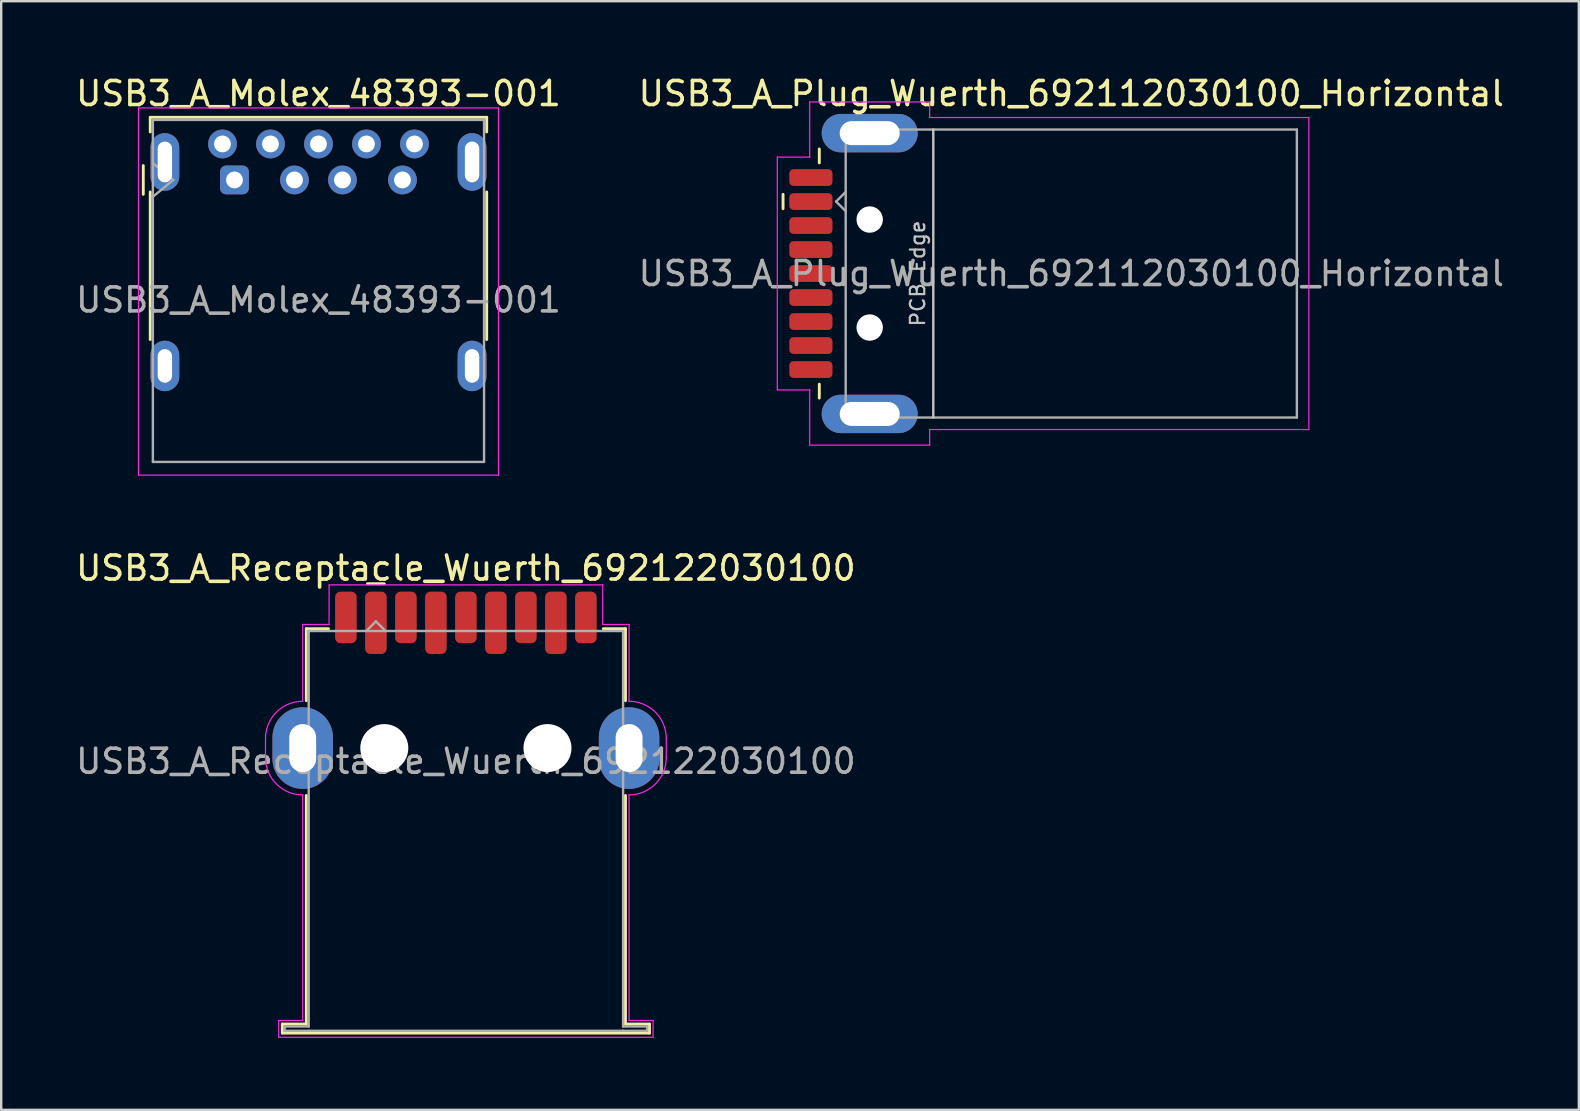
<source format=kicad_pcb>
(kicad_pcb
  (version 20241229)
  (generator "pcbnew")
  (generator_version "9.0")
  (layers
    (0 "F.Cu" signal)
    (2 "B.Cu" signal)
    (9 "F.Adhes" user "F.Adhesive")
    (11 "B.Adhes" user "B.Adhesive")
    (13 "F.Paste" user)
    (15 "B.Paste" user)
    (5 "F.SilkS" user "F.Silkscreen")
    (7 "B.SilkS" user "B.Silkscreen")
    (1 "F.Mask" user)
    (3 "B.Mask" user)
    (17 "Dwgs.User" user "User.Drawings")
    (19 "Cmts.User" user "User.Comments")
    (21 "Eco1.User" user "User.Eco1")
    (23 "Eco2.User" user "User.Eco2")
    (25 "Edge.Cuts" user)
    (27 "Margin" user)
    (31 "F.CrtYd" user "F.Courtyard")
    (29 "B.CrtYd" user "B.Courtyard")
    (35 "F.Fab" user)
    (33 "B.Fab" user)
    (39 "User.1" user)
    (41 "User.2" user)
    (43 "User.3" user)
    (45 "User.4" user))
  (footprint "USB3_A_Plug_Wuerth_692112030100_Horizontal"
    (layer "F.Cu")
    (at 41.589 8.348)
    (property "Reference" "USB3_A_Plug_Wuerth_692112030100_Horizontal" (at 0 -7.5 0) (layer "F.SilkS") (effects (font (size 1 1) (thickness 0.15))))
    (attr smd)
    (fp_line (start -12.01 -2.7) (end -12.01 -3.3) (stroke (width 0.12) (type solid)) (layer "F.SilkS"))
    (fp_line (start -10.5 -4.61) (end -10.5 -5.19) (stroke (width 0.12) (type solid)) (layer "F.SilkS"))
    (fp_line (start -10.5 4.61) (end -10.5 5.19) (stroke (width 0.12) (type solid)) (layer "F.SilkS"))
    (fp_line (start -5.75 6) (end -5.75 -6) (stroke (width 0.1) (type solid)) (layer "Dwgs.User"))
    (fp_line (start -12.25 -4.85) (end -12.25 4.85) (stroke (width 0.05) (type solid)) (layer "F.CrtYd"))
    (fp_line (start -10.9 -7.15) (end -10.9 -4.85) (stroke (width 0.05) (type solid)) (layer "F.CrtYd"))
    (fp_line (start -10.9 -4.85) (end -12.25 -4.85) (stroke (width 0.05) (type solid)) (layer "F.CrtYd"))
    (fp_line (start -10.9 4.85) (end -12.25 4.85) (stroke (width 0.05) (type solid)) (layer "F.CrtYd"))
    (fp_line (start -10.9 7.15) (end -10.9 4.85) (stroke (width 0.05) (type solid)) (layer "F.CrtYd"))
    (fp_line (start -5.9 -7.15) (end -10.9 -7.15) (stroke (width 0.05) (type solid)) (layer "F.CrtYd"))
    (fp_line (start -5.9 -6.5) (end -5.9 -7.15) (stroke (width 0.05) (type solid)) (layer "F.CrtYd"))
    (fp_line (start -5.9 6.5) (end -5.9 7.15) (stroke (width 0.05) (type solid)) (layer "F.CrtYd"))
    (fp_line (start -5.9 7.15) (end -10.9 7.15) (stroke (width 0.05) (type solid)) (layer "F.CrtYd"))
    (fp_line (start 9.9 -6.5) (end -5.9 -6.5) (stroke (width 0.05) (type solid)) (layer "F.CrtYd"))
    (fp_line (start 9.9 6.5) (end -5.9 6.5) (stroke (width 0.05) (type solid)) (layer "F.CrtYd"))
    (fp_line (start 9.9 6.5) (end 9.9 -6.5) (stroke (width 0.05) (type solid)) (layer "F.CrtYd"))
    (fp_line (start -9.8 -3) (end -9.4 -3.4) (stroke (width 0.1) (type solid)) (layer "F.Fab"))
    (fp_line (start -9.8 -3) (end -9.4 -2.6) (stroke (width 0.1) (type solid)) (layer "F.Fab"))
    (fp_line (start -9.4 6) (end -9.4 -6) (stroke (width 0.1) (type solid)) (layer "F.Fab"))
    (fp_line (start 9.4 -6) (end -9.4 -6) (stroke (width 0.1) (type solid)) (layer "F.Fab"))
    (fp_line (start 9.4 6) (end -9.4 6) (stroke (width 0.1) (type solid)) (layer "F.Fab"))
    (fp_line (start 9.4 6) (end 9.4 -6) (stroke (width 0.1) (type solid)) (layer "F.Fab"))
    (fp_text user "PCB Edge" (at -6.4 0 90) (layer "Dwgs.User") (effects (font (size 0.6 0.6) (thickness 0.09))))
    (fp_text user "${REFERENCE}" (at 0 0 180) (layer "F.Fab") (effects (font (size 1 1) (thickness 0.15))))
    (pad "" np_thru_hole circle (at -8.4 -2.25 90) (size 1.1 1.1) (drill 1.1) (layers "*.Cu" "*.Mask"))
    (pad "" np_thru_hole circle (at -8.4 2.25 90) (size 1.1 1.1) (drill 1.1) (layers "*.Cu" "*.Mask"))
    (pad "1" smd roundrect (at -10.85 -3 90) (size 0.7 1.8) (layers "F.Cu" "F.Mask" "F.Paste") (roundrect_rratio 0.25))
    (pad "2" smd roundrect (at -10.85 -1 90) (size 0.7 1.8) (layers "F.Cu" "F.Mask" "F.Paste") (roundrect_rratio 0.25))
    (pad "3" smd roundrect (at -10.85 1 90) (size 0.7 1.8) (layers "F.Cu" "F.Mask" "F.Paste") (roundrect_rratio 0.25))
    (pad "4" smd roundrect (at -10.85 3 90) (size 0.7 1.8) (layers "F.Cu" "F.Mask" "F.Paste") (roundrect_rratio 0.25))
    (pad "5" smd roundrect (at -10.85 4 90) (size 0.7 1.8) (layers "F.Cu" "F.Mask" "F.Paste") (roundrect_rratio 0.25))
    (pad "6" smd roundrect (at -10.85 2 90) (size 0.7 1.8) (layers "F.Cu" "F.Mask" "F.Paste") (roundrect_rratio 0.25))
    (pad "7" smd roundrect (at -10.85 0 90) (size 0.7 1.8) (layers "F.Cu" "F.Mask" "F.Paste") (roundrect_rratio 0.25))
    (pad "8" smd roundrect (at -10.85 -2 90) (size 0.7 1.8) (layers "F.Cu" "F.Mask" "F.Paste") (roundrect_rratio 0.25))
    (pad "9" smd roundrect (at -10.85 -4) (size 1.8 0.7) (layers "F.Cu" "F.Mask" "F.Paste") (roundrect_rratio 0.25))
    (pad "10" thru_hole oval (at -8.4 -5.85 90) (size 1.6 4) (drill oval 1 2.5) (layers "*.Cu" "*.Mask"))
    (pad "10" thru_hole oval (at -8.4 5.85 90) (size 1.6 4) (drill oval 1 2.5) (layers "*.Cu" "*.Mask")))
  (footprint "USB3_A_Molex_48393-001"
    (layer "F.Cu")
    (at 6.72 4.448)
    (property "Reference" "USB3_A_Molex_48393-001" (at 3.5 -3.6 0) (layer "F.SilkS") (effects (font (size 1 1) (thickness 0.15))))
    (attr through_hole)
    (fp_line (start -3.8 -0.6) (end -3.8 0.6) (stroke (width 0.12) (type default)) (layer "F.SilkS"))
    (fp_line (start -3.51 -2.61) (end -3.51 -2) (stroke (width 0.12) (type solid)) (layer "F.SilkS"))
    (fp_line (start -3.51 -2.61) (end 10.51 -2.61) (stroke (width 0.12) (type solid)) (layer "F.SilkS"))
    (fp_line (start -3.51 6.65) (end -3.51 0.5) (stroke (width 0.12) (type solid)) (layer "F.SilkS"))
    (fp_line (start 10.51 -2.61) (end 10.51 -2) (stroke (width 0.12) (type solid)) (layer "F.SilkS"))
    (fp_line (start 10.51 6.65) (end 10.51 0.5) (stroke (width 0.12) (type solid)) (layer "F.SilkS"))
    (fp_line (start -4 -3) (end 11 -3) (stroke (width 0.05) (type solid)) (layer "F.CrtYd"))
    (fp_line (start -4 12.3) (end -4 -3) (stroke (width 0.05) (type solid)) (layer "F.CrtYd"))
    (fp_line (start 11 -3) (end 11 12.3) (stroke (width 0.05) (type solid)) (layer "F.CrtYd"))
    (fp_line (start 11 12.3) (end -4 12.3) (stroke (width 0.05) (type solid)) (layer "F.CrtYd"))
    (fp_line (start -3.4 -2.5) (end 10.4 -2.5) (stroke (width 0.1) (type solid)) (layer "F.Fab"))
    (fp_line (start -3.4 -0.7) (end -2.55 0) (stroke (width 0.1) (type default)) (layer "F.Fab"))
    (fp_line (start -3.4 0.7) (end -2.55 0) (stroke (width 0.1) (type default)) (layer "F.Fab"))
    (fp_line (start -3.4 11.75) (end -3.4 -2.5) (stroke (width 0.1) (type solid)) (layer "F.Fab"))
    (fp_line (start 10.4 -2.5) (end 10.4 11.75) (stroke (width 0.1) (type solid)) (layer "F.Fab"))
    (fp_line (start 10.4 11.75) (end -3.4 11.75) (stroke (width 0.1) (type solid)) (layer "F.Fab"))
    (fp_text user "${REFERENCE}" (at 3.5 5 0) (layer "F.Fab") (effects (font (size 1 1) (thickness 0.15))))
    (pad "1" thru_hole roundrect (at 0 0) (size 1.2 1.2) (drill 0.7) (layers "*.Cu" "*.Mask") (roundrect_rratio 0.208))
    (pad "2" thru_hole circle (at 2.5 0) (size 1.2 1.2) (drill 0.7) (layers "*.Cu" "*.Mask"))
    (pad "3" thru_hole circle (at 4.5 0) (size 1.2 1.2) (drill 0.7) (layers "*.Cu" "*.Mask"))
    (pad "4" thru_hole circle (at 7 0) (size 1.2 1.2) (drill 0.7) (layers "*.Cu" "*.Mask"))
    (pad "5" thru_hole circle (at 7.5 -1.5) (size 1.2 1.2) (drill 0.7) (layers "*.Cu" "*.Mask"))
    (pad "6" thru_hole circle (at 5.5 -1.5) (size 1.2 1.2) (drill 0.7) (layers "*.Cu" "*.Mask"))
    (pad "7" thru_hole circle (at 3.5 -1.5) (size 1.2 1.2) (drill 0.7) (layers "*.Cu" "*.Mask"))
    (pad "8" thru_hole circle (at 1.5 -1.5) (size 1.2 1.2) (drill 0.7) (layers "*.Cu" "*.Mask"))
    (pad "9" thru_hole circle (at -0.5 -1.5) (size 1.2 1.2) (drill 0.7) (layers "*.Cu" "*.Mask"))
    (pad "10" thru_hole oval (at -2.9 -0.75) (size 1.2 2.4) (drill oval 0.6 1.7) (layers "*.Cu" "*.Mask"))
    (pad "10" thru_hole oval (at -2.9 7.75) (size 1.2 2.1) (drill oval 0.6 1.4) (layers "*.Cu" "*.Mask"))
    (pad "10" thru_hole oval (at 9.9 -0.75) (size 1.2 2.4) (drill oval 0.6 1.7) (layers "*.Cu" "*.Mask"))
    (pad "10" thru_hole oval (at 9.9 7.75) (size 1.2 2.1) (drill oval 0.6 1.4) (layers "*.Cu" "*.Mask")))
  (footprint "USB3_A_Receptacle_Wuerth_692122030100"
    (layer "F.Cu")
    (at 16.363 31.572)
    (property "Reference" "USB3_A_Receptacle_Wuerth_692122030100" (at 0 -10.95 0) (layer "F.SilkS") (effects (font (size 1 1) (thickness 0.15))))
    (attr smd)
    (fp_line (start -7.65 8.05) (end -6.65 8.05) (stroke (width 0.12) (type solid)) (layer "F.SilkS"))
    (fp_line (start -7.65 8.425) (end -7.65 8.05) (stroke (width 0.12) (type solid)) (layer "F.SilkS"))
    (fp_line (start -7.65 8.425) (end 7.65 8.425) (stroke (width 0.12) (type solid)) (layer "F.SilkS"))
    (fp_line (start -6.65 -8.425) (end -6.65 -5.425) (stroke (width 0.12) (type solid)) (layer "F.SilkS"))
    (fp_line (start -6.65 8.05) (end -6.65 -1.475) (stroke (width 0.12) (type solid)) (layer "F.SilkS"))
    (fp_line (start -5.725 -8.425) (end -6.65 -8.425) (stroke (width 0.12) (type solid)) (layer "F.SilkS"))
    (fp_line (start -3.4 -10.3) (end -4.1 -10.3) (stroke (width 0.12) (type solid)) (layer "F.SilkS"))
    (fp_line (start 5.725 -8.425) (end 6.65 -8.425) (stroke (width 0.12) (type solid)) (layer "F.SilkS"))
    (fp_line (start 6.65 -8.425) (end 6.65 -5.425) (stroke (width 0.12) (type solid)) (layer "F.SilkS"))
    (fp_line (start 6.65 8.05) (end 6.65 -1.475) (stroke (width 0.12) (type solid)) (layer "F.SilkS"))
    (fp_line (start 7.65 8.05) (end 6.65 8.05) (stroke (width 0.12) (type solid)) (layer "F.SilkS"))
    (fp_line (start 7.65 8.425) (end 7.65 8.05) (stroke (width 0.12) (type solid)) (layer "F.SilkS"))
    (fp_line (start -8.35 -3.85) (end -8.35 -3.05) (stroke (width 0.05) (type solid)) (layer "F.CrtYd"))
    (fp_line (start -7.8 7.9) (end -7.8 8.6) (stroke (width 0.05) (type solid)) (layer "F.CrtYd"))
    (fp_line (start -7.8 8.6) (end 7.8 8.6) (stroke (width 0.05) (type solid)) (layer "F.CrtYd"))
    (fp_line (start -6.8 -8.6) (end -6.8 -5.4) (stroke (width 0.05) (type solid)) (layer "F.CrtYd"))
    (fp_line (start -6.8 -1.5) (end -6.8 7.9) (stroke (width 0.05) (type solid)) (layer "F.CrtYd"))
    (fp_line (start -6.8 7.9) (end -7.8 7.9) (stroke (width 0.05) (type solid)) (layer "F.CrtYd"))
    (fp_line (start -5.7 -10.25) (end -5.7 -8.6) (stroke (width 0.05) (type solid)) (layer "F.CrtYd"))
    (fp_line (start -5.7 -8.6) (end -6.8 -8.6) (stroke (width 0.05) (type solid)) (layer "F.CrtYd"))
    (fp_line (start 5.7 -10.25) (end -5.7 -10.25) (stroke (width 0.05) (type solid)) (layer "F.CrtYd"))
    (fp_line (start 5.7 -8.6) (end 5.7 -10.25) (stroke (width 0.05) (type solid)) (layer "F.CrtYd"))
    (fp_line (start 6.8 -8.6) (end 5.7 -8.6) (stroke (width 0.05) (type solid)) (layer "F.CrtYd"))
    (fp_line (start 6.8 -5.4) (end 6.8 -8.6) (stroke (width 0.05) (type solid)) (layer "F.CrtYd"))
    (fp_line (start 6.8 7.9) (end 6.8 -1.5) (stroke (width 0.05) (type solid)) (layer "F.CrtYd"))
    (fp_line (start 7.8 7.9) (end 6.8 7.9) (stroke (width 0.05) (type solid)) (layer "F.CrtYd"))
    (fp_line (start 7.8 8.6) (end 7.8 7.9) (stroke (width 0.05) (type solid)) (layer "F.CrtYd"))
    (fp_line (start 8.35 -3.05) (end 8.35 -3.85) (stroke (width 0.05) (type solid)) (layer "F.CrtYd"))
    (fp_arc (start -8.35 -3.85) (mid -7.896016 -4.946016) (end -6.8 -5.4) (stroke (width 0.05) (type solid)) (layer "F.CrtYd"))
    (fp_arc (start -6.8 -1.5) (mid -7.896016 -1.953984) (end -8.35 -3.05) (stroke (width 0.05) (type solid)) (layer "F.CrtYd"))
    (fp_arc (start 6.8 -5.4) (mid 7.896016 -4.946016) (end 8.35 -3.85) (stroke (width 0.05) (type solid)) (layer "F.CrtYd"))
    (fp_arc (start 8.35 -3.05) (mid 7.896016 -1.953984) (end 6.8 -1.5) (stroke (width 0.05) (type solid)) (layer "F.CrtYd"))
    (fp_line (start -7.55 8.15) (end -7.55 8.33) (stroke (width 0.1) (type solid)) (layer "F.Fab"))
    (fp_line (start -6.55 -8.33) (end 6.55 -8.33) (stroke (width 0.1) (type solid)) (layer "F.Fab"))
    (fp_line (start -6.55 8.15) (end -7.55 8.15) (stroke (width 0.1) (type solid)) (layer "F.Fab"))
    (fp_line (start -6.55 8.15) (end -6.55 -8.33) (stroke (width 0.1) (type solid)) (layer "F.Fab"))
    (fp_line (start -6.55 8.33) (end -7.55 8.33) (stroke (width 0.1) (type solid)) (layer "F.Fab"))
    (fp_line (start -3.75 -8.73) (end -4.15 -8.33) (stroke (width 0.1) (type solid)) (layer "F.Fab"))
    (fp_line (start -3.75 -8.73) (end -3.35 -8.33) (stroke (width 0.1) (type solid)) (layer "F.Fab"))
    (fp_line (start 6.55 -8.33) (end 6.55 8.15) (stroke (width 0.1) (type solid)) (layer "F.Fab"))
    (fp_line (start 6.55 8.15) (end 7.55 8.15) (stroke (width 0.1) (type solid)) (layer "F.Fab"))
    (fp_line (start 6.55 8.33) (end -6.55 8.33) (stroke (width 0.1) (type solid)) (layer "F.Fab"))
    (fp_line (start 6.55 8.33) (end 7.55 8.33) (stroke (width 0.1) (type solid)) (layer "F.Fab"))
    (fp_line (start 7.55 8.15) (end 7.55 8.33) (stroke (width 0.1) (type solid)) (layer "F.Fab"))
    (fp_text user "${REFERENCE}" (at 0 -2.9 0) (layer "F.Fab") (effects (font (size 1 1) (thickness 0.15))))
    (pad "" np_thru_hole circle (at -3.4 -3.45) (size 2 2) (drill 2) (layers "*.Cu" "*.Mask"))
    (pad "" np_thru_hole circle (at 3.4 -3.45) (size 2 2) (drill 2) (layers "*.Cu" "*.Mask"))
    (pad "1" smd roundrect (at -3.75 -8.67) (size 0.9 2.6) (layers "F.Cu" "F.Mask" "F.Paste") (roundrect_rratio 0.25))
    (pad "2" smd roundrect (at -1.25 -8.67) (size 0.9 2.6) (layers "F.Cu" "F.Mask" "F.Paste") (roundrect_rratio 0.25))
    (pad "3" smd roundrect (at 1.25 -8.67) (size 0.9 2.6) (layers "F.Cu" "F.Mask" "F.Paste") (roundrect_rratio 0.25))
    (pad "4" smd roundrect (at 3.75 -8.67) (size 0.9 2.6) (layers "F.Cu" "F.Mask" "F.Paste") (roundrect_rratio 0.25))
    (pad "5" smd roundrect (at 5 -8.895) (size 0.9 2.15) (layers "F.Cu" "F.Mask" "F.Paste") (roundrect_rratio 0.25))
    (pad "6" smd roundrect (at 2.5 -8.895) (size 0.9 2.15) (layers "F.Cu" "F.Mask" "F.Paste") (roundrect_rratio 0.25))
    (pad "7" smd roundrect (at 0 -8.895) (size 0.9 2.15) (layers "F.Cu" "F.Mask" "F.Paste") (roundrect_rratio 0.25))
    (pad "8" smd roundrect (at -2.5 -8.895) (size 0.9 2.15) (layers "F.Cu" "F.Mask" "F.Paste") (roundrect_rratio 0.25))
    (pad "9" smd roundrect (at -5 -8.895) (size 0.9 2.15) (layers "F.Cu" "F.Mask" "F.Paste") (roundrect_rratio 0.25))
    (pad "10" thru_hole oval (at -6.8 -3.45) (size 2.52 3.4) (drill oval 1.12 2) (layers "*.Cu" "*.Mask"))
    (pad "10" thru_hole oval (at 6.8 -3.45) (size 2.52 3.4) (drill oval 1.12 2) (layers "*.Cu" "*.Mask")))
  (gr_rect
    (start -3 -3)
    (end 62.738 43.197)
    (stroke (width 0.1) (type default))
    (fill no)
    (layer "Edge.Cuts")))
</source>
